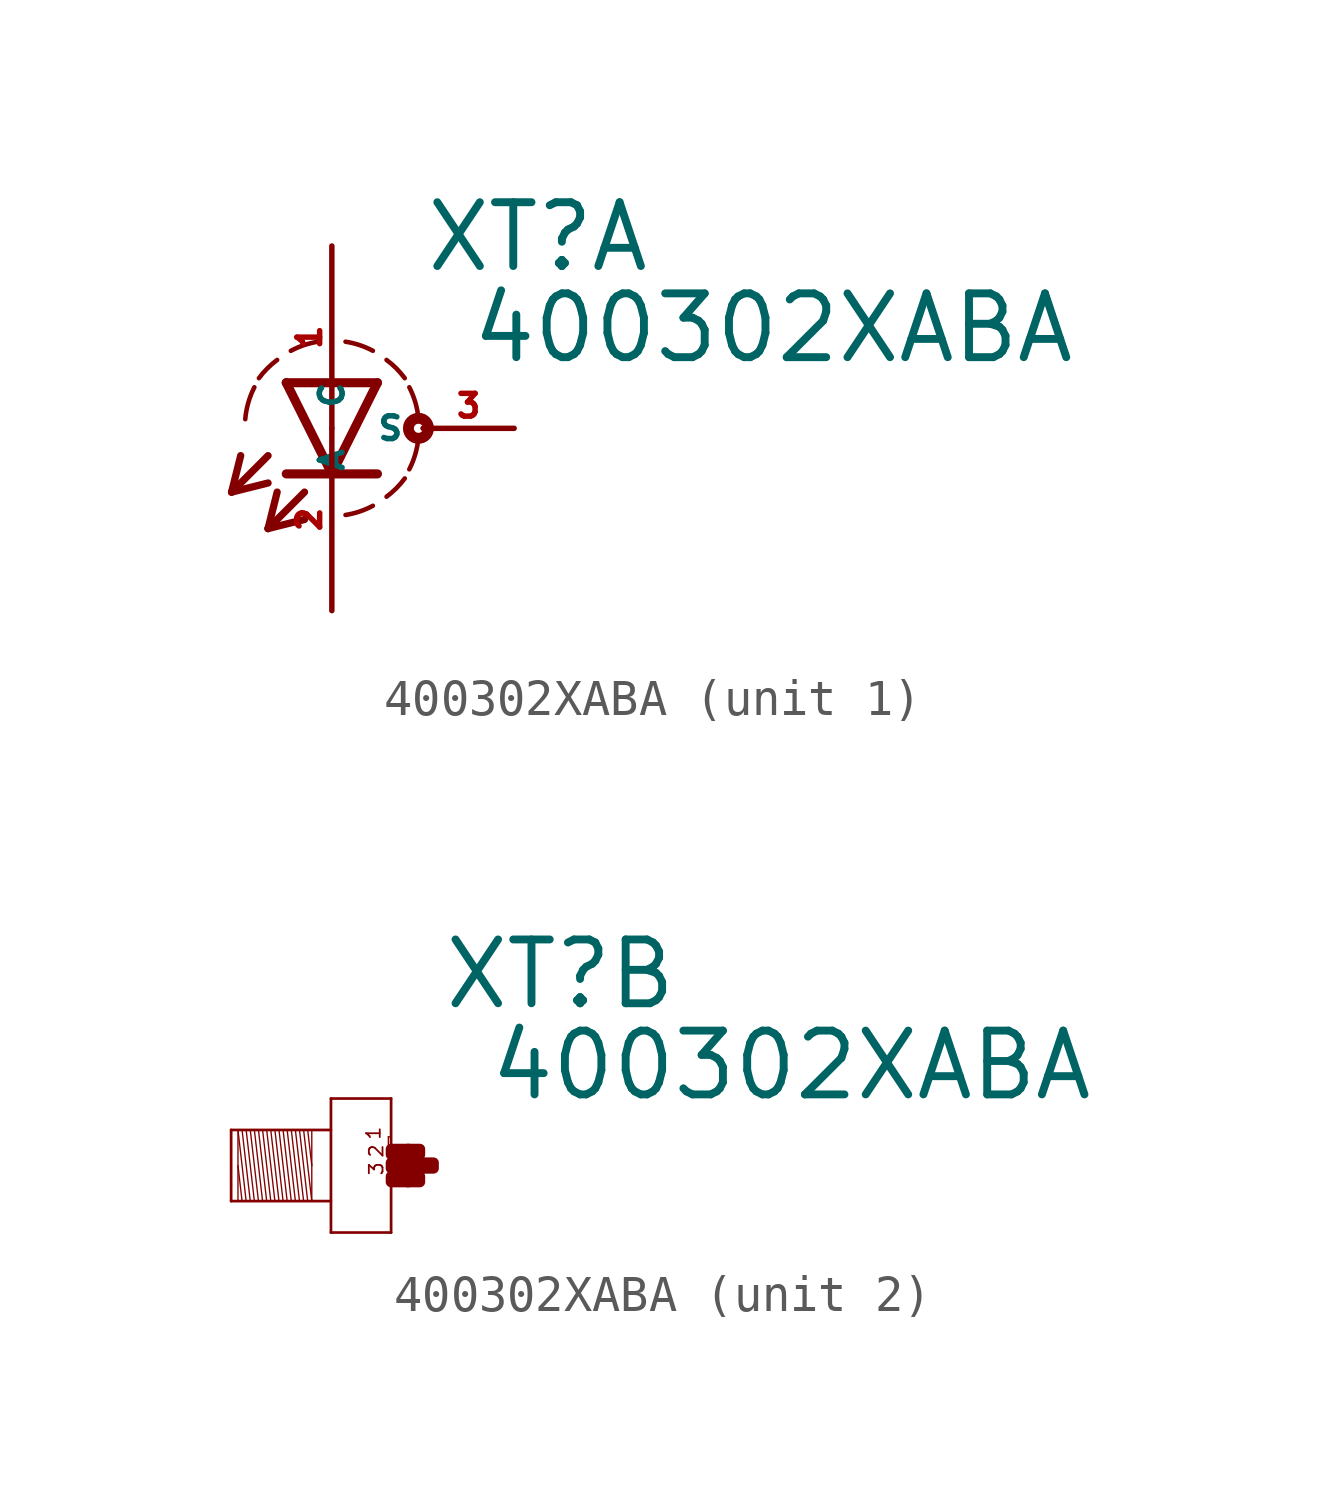
<source format=kicad_sym>
(kicad_symbol_lib
  (version 20220914)
  (generator Eagle2Kicad)
  (symbol "400302XABA"
    (property "Reference" "XT"
      (at 2.54 4.293 0)
      (effects (font (size 1.778 1.778) (thickness 0.22)) (justify left bottom)))
    (property "Value" "400302XABA"
      (at 3.81 1.753 0)
      (effects (font (size 1.778 1.778) (thickness 0.22)) (justify left bottom)))
    (symbol "400302XABA_1_0"
      (polyline (pts (xy -1.27 1.27) (xy 0 -1.27)) (stroke (width 0.254) (type default)) (fill (type none)))
      (polyline (pts (xy 0 -1.27) (xy 1.27 1.27)) (stroke (width 0.254) (type default)) (fill (type none)))
      (polyline (pts (xy 1.27 -1.27) (xy 0 -1.27)) (stroke (width 0.254) (type default)) (fill (type none)))
      (polyline (pts (xy 1.27 1.27) (xy -1.27 1.27)) (stroke (width 0.254) (type default)) (fill (type none)))
      (polyline (pts (xy 0 -1.27) (xy -1.27 -1.27)) (stroke (width 0.254) (type default)) (fill (type none)))
      (polyline (pts (xy -1.778 -0.762) (xy -2.794 -1.778)) (stroke (width 0.203) (type default)) (fill (type none)))
      (polyline (pts (xy -2.794 -1.778) (xy -1.778 -1.524)) (stroke (width 0.203) (type default)) (fill (type none)))
      (polyline (pts (xy -2.794 -1.778) (xy -2.54 -0.762)) (stroke (width 0.203) (type default)) (fill (type none)))
      (polyline (pts (xy -0.762 -1.778) (xy -1.778 -2.794)) (stroke (width 0.203) (type default)) (fill (type none)))
      (polyline (pts (xy -1.778 -2.794) (xy -0.762 -2.54)) (stroke (width 0.203) (type default)) (fill (type none)))
      (polyline (pts (xy -1.778 -2.794) (xy -1.524 -1.778)) (stroke (width 0.203) (type default)) (fill (type none)))
      (arc (start 0.381 -2.413) (mid 0.773 -2.318) (end 1.143 -2.159) (stroke (width 0.127) (type default)) (fill (type none)))
      (arc (start 2.159 -1.143) (mid 2.329 -0.711) (end 2.413 -0.254) (stroke (width 0.127) (type default)) (fill (type none)))
      (arc (start 2.413 0.254) (mid 2.329 0.711) (end 2.159 1.143) (stroke (width 0.127) (type default)) (fill (type none)))
      (arc (start 2.032 1.397) (mid 1.797 1.670) (end 1.524 1.905) (stroke (width 0.127) (type default)) (fill (type none)))
      (arc (start 1.143 2.159) (mid 0.773 2.318) (end 0.381 2.413) (stroke (width 0.127) (type default)) (fill (type none)))
      (arc (start 1.524 -1.905) (mid 1.797 -1.670) (end 2.032 -1.397) (stroke (width 0.127) (type default)) (fill (type none)))
      (arc (start -0.381 2.413) (mid -0.773 2.318) (end -1.143 2.159) (stroke (width 0.127) (type default)) (fill (type none)))
      (arc (start -1.524 1.905) (mid -1.797 1.670) (end -2.032 1.397) (stroke (width 0.127) (type default)) (fill (type none)))
      (arc (start -2.159 1.143) (mid -2.329 0.711) (end -2.413 0.254) (stroke (width 0.127) (type default)) (fill (type none)))
      (circle (center 2.413 0) (radius 0.127) (stroke (width 0.305) (type default)) (fill (type none)))
      (pin passive line (at 0 5.08 270) (length 5.08) (name "A" (effects (font (size 0.635 0.635) (thickness 0.08)) (justify left bottom))) (number "1" (effects (font (size 0.635 0.635) (thickness 0.08)) (justify left bottom))))
      (pin passive line (at 0 -5.08 90) (length 5.08) (name "C" (effects (font (size 0.635 0.635) (thickness 0.08)) (justify left bottom))) (number "2" (effects (font (size 0.635 0.635) (thickness 0.08)) (justify left bottom))))
      (pin passive line (at 5.08 0 180) (length 2.54) (name "S" (effects (font (size 0.635 0.635) (thickness 0.08)) (justify left bottom))) (number "3" (effects (font (size 0.635 0.635) (thickness 0.08)) (justify left bottom)))))
    (symbol "400302XABA_2_0"
      (polyline (pts (xy -1.067 0.953) (xy -1.067 0)) (stroke (width 0.038) (type default)) (fill (type none)))
      (polyline (pts (xy -1.067 0) (xy -1.067 -0.991)) (stroke (width 0.038) (type default)) (fill (type none)))
      (polyline (pts (xy -1.067 -0.991) (xy -1.295 0.991)) (stroke (width 0.038) (type default)) (fill (type none)))
      (polyline (pts (xy -1.181 0.991) (xy -1.067 0)) (stroke (width 0.038) (type default)) (fill (type none)))
      (polyline (pts (xy -1.181 -0.991) (xy -1.41 0.991)) (stroke (width 0.038) (type default)) (fill (type none)))
      (polyline (pts (xy -1.295 -0.991) (xy -1.524 0.991)) (stroke (width 0.038) (type default)) (fill (type none)))
      (polyline (pts (xy -1.41 -0.991) (xy -1.638 0.991)) (stroke (width 0.038) (type default)) (fill (type none)))
      (polyline (pts (xy -1.524 -0.991) (xy -1.753 0.991)) (stroke (width 0.038) (type default)) (fill (type none)))
      (polyline (pts (xy -1.638 -0.991) (xy -1.867 0.991)) (stroke (width 0.038) (type default)) (fill (type none)))
      (polyline (pts (xy -1.753 -0.991) (xy -1.981 0.991)) (stroke (width 0.038) (type default)) (fill (type none)))
      (polyline (pts (xy -1.867 -0.991) (xy -2.095 0.991)) (stroke (width 0.038) (type default)) (fill (type none)))
      (polyline (pts (xy -1.981 -0.991) (xy -2.21 0.991)) (stroke (width 0.038) (type default)) (fill (type none)))
      (polyline (pts (xy -2.095 -0.991) (xy -2.324 0.991)) (stroke (width 0.038) (type default)) (fill (type none)))
      (polyline (pts (xy -2.21 -0.991) (xy -2.438 0.991)) (stroke (width 0.038) (type default)) (fill (type none)))
      (polyline (pts (xy -2.324 -0.991) (xy -2.553 0.991)) (stroke (width 0.038) (type default)) (fill (type none)))
      (polyline (pts (xy -2.438 -0.991) (xy -2.667 0.991)) (stroke (width 0.038) (type default)) (fill (type none)))
      (polyline (pts (xy -2.553 -0.991) (xy -2.781 0.991)) (stroke (width 0.038) (type default)) (fill (type none)))
      (polyline (pts (xy -2.667 -0.991) (xy -2.896 0.991)) (stroke (width 0.038) (type default)) (fill (type none)))
      (polyline (pts (xy -2.781 -0.991) (xy -3.01 0.991)) (stroke (width 0.038) (type default)) (fill (type none)))
      (polyline (pts (xy -2.896 -0.991) (xy -3.124 0.991)) (stroke (width 0.038) (type default)) (fill (type none)))
      (polyline (pts (xy -3.124 0) (xy -3.01 -0.991)) (stroke (width 0.038) (type default)) (fill (type none)))
      (polyline (pts (xy -3.124 0.953) (xy -3.124 -0.953)) (stroke (width 0.038) (type default)) (fill (type none)))
      (polyline (pts (xy -3.315 -0.991) (xy -3.315 0.991)) (stroke (width 0.076) (type default)) (fill (type none)))
      (polyline (pts (xy -3.315 0.991) (xy -0.533 0.991)) (stroke (width 0.076) (type default)) (fill (type none)))
      (polyline (pts (xy -0.533 -0.991) (xy -3.315 -0.991)) (stroke (width 0.076) (type default)) (fill (type none)))
      (polyline (pts (xy -0.533 1.867) (xy -0.533 -1.867)) (stroke (width 0.076) (type default)) (fill (type none)))
      (polyline (pts (xy -0.533 -1.867) (xy 1.143 -1.867)) (stroke (width 0.076) (type default)) (fill (type none)))
      (polyline (pts (xy 1.143 -1.867) (xy 1.143 1.867)) (stroke (width 0.076) (type default)) (fill (type none)))
      (polyline (pts (xy 1.143 1.867) (xy -0.533 1.867)) (stroke (width 0.076) (type default)) (fill (type none)))
      (polyline (pts (xy 1.067 0.8) (xy 1.105 0.8)) (stroke (width 0.038) (type default)) (fill (type none)))
      (polyline (pts (xy 1.105 0.495) (xy 1.067 0.495)) (stroke (width 0.038) (type default)) (fill (type none)))
      (polyline (pts (xy 1.067 0.495) (xy 1.067 0.8)) (stroke (width 0.038) (type default)) (fill (type none)))
      (text "1" (at 0.876 0.686 1800) (effects (font (size 0.381 0.381) (thickness 0.05)) (justify left bottom)))
      (text "2" (at 0.953 0.191 1800) (effects (font (size 0.381 0.381) (thickness 0.05)) (justify left bottom)))
      (text "3" (at 0.953 -0.305 1800) (effects (font (size 0.381 0.381) (thickness 0.05)) (justify left bottom)))
      (rectangle (start 1.143 -0.457) (end 1.638 -0.305) (stroke (width 0.3) (type default)) (fill (type outline)))
      (rectangle (start 1.143 -0.076) (end 2.019 0.076) (stroke (width 0.3) (type default)) (fill (type outline)))
      (rectangle (start 1.6 -0.457) (end 1.943 -0.305) (stroke (width 0.3) (type default)) (fill (type outline)))
      (rectangle (start 1.981 -0.076) (end 2.324 0.076) (stroke (width 0.3) (type default)) (fill (type outline)))
      (rectangle (start 1.6 0.305) (end 1.943 0.457) (stroke (width 0.3) (type default)) (fill (type outline)))
      (rectangle (start 1.143 0.305) (end 1.638 0.457) (stroke (width 0.3) (type default)) (fill (type outline))))))
</source>
